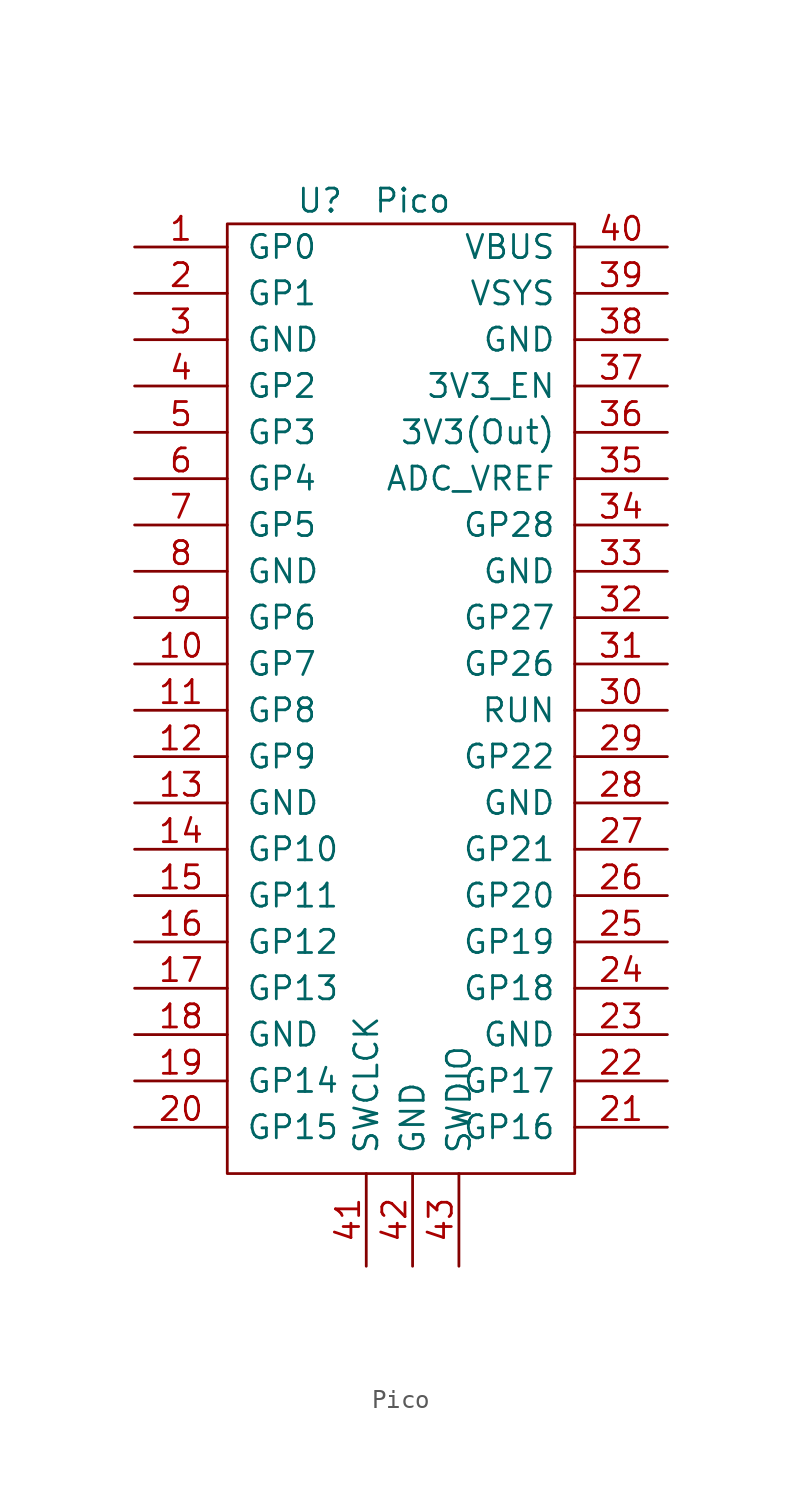
<source format=kicad_sym>
(kicad_symbol_lib
  (version 20231120)
  (generator "kicad_symbol_editor")
  (generator_version "8.0")
  (symbol "Pico"
    (pin_names
      (offset 1.016))
    (property "Reference" "U"
      (at -5.08 2.54 0)
      (effects (font (size 1.27 1.27))))
    (property "Value" "Pico"
      (at 0 2.54 0)
      (effects (font (size 1.27 1.27))))
    (symbol "Pico_0_1"
      (rectangle (start -10.16 1.27) (end 8.89 -50.8) (stroke (width 0) (type default)) (fill (type none))))
    (symbol "Pico_1_1"
      (pin bidirectional line (at -15.24 0 0) (length 5.08) (name "GP0" (effects (font (size 1.27 1.27)))) (number "1" (effects (font (size 1.27 1.27)))))
      (pin bidirectional line (at -15.24 -22.86 0) (length 5.08) (name "GP7" (effects (font (size 1.27 1.27)))) (number "10" (effects (font (size 1.27 1.27)))))
      (pin bidirectional line (at -15.24 -25.4 0) (length 5.08) (name "GP8" (effects (font (size 1.27 1.27)))) (number "11" (effects (font (size 1.27 1.27)))))
      (pin bidirectional line (at -15.24 -27.94 0) (length 5.08) (name "GP9" (effects (font (size 1.27 1.27)))) (number "12" (effects (font (size 1.27 1.27)))))
      (pin power_in line (at -15.24 -30.48 0) (length 5.08) (name "GND" (effects (font (size 1.27 1.27)))) (number "13" (effects (font (size 1.27 1.27)))))
      (pin bidirectional line (at -15.24 -33.02 0) (length 5.08) (name "GP10" (effects (font (size 1.27 1.27)))) (number "14" (effects (font (size 1.27 1.27)))))
      (pin bidirectional line (at -15.24 -35.56 0) (length 5.08) (name "GP11" (effects (font (size 1.27 1.27)))) (number "15" (effects (font (size 1.27 1.27)))))
      (pin bidirectional line (at -15.24 -38.1 0) (length 5.08) (name "GP12" (effects (font (size 1.27 1.27)))) (number "16" (effects (font (size 1.27 1.27)))))
      (pin bidirectional line (at -15.24 -40.64 0) (length 5.08) (name "GP13" (effects (font (size 1.27 1.27)))) (number "17" (effects (font (size 1.27 1.27)))))
      (pin power_in line (at -15.24 -43.18 0) (length 5.08) (name "GND" (effects (font (size 1.27 1.27)))) (number "18" (effects (font (size 1.27 1.27)))))
      (pin bidirectional line (at -15.24 -45.72 0) (length 5.08) (name "GP14" (effects (font (size 1.27 1.27)))) (number "19" (effects (font (size 1.27 1.27)))))
      (pin bidirectional line (at -15.24 -2.54 0) (length 5.08) (name "GP1" (effects (font (size 1.27 1.27)))) (number "2" (effects (font (size 1.27 1.27)))))
      (pin bidirectional line (at -15.24 -48.26 0) (length 5.08) (name "GP15" (effects (font (size 1.27 1.27)))) (number "20" (effects (font (size 1.27 1.27)))))
      (pin bidirectional line (at 13.97 -48.26 180) (length 5.08) (name "GP16" (effects (font (size 1.27 1.27)))) (number "21" (effects (font (size 1.27 1.27)))))
      (pin bidirectional line (at 13.97 -45.72 180) (length 5.08) (name "GP17" (effects (font (size 1.27 1.27)))) (number "22" (effects (font (size 1.27 1.27)))))
      (pin power_in line (at 13.97 -43.18 180) (length 5.08) (name "GND" (effects (font (size 1.27 1.27)))) (number "23" (effects (font (size 1.27 1.27)))))
      (pin bidirectional line (at 13.97 -40.64 180) (length 5.08) (name "GP18" (effects (font (size 1.27 1.27)))) (number "24" (effects (font (size 1.27 1.27)))))
      (pin bidirectional line (at 13.97 -38.1 180) (length 5.08) (name "GP19" (effects (font (size 1.27 1.27)))) (number "25" (effects (font (size 1.27 1.27)))))
      (pin bidirectional line (at 13.97 -35.56 180) (length 5.08) (name "GP20" (effects (font (size 1.27 1.27)))) (number "26" (effects (font (size 1.27 1.27)))))
      (pin bidirectional line (at 13.97 -33.02 180) (length 5.08) (name "GP21" (effects (font (size 1.27 1.27)))) (number "27" (effects (font (size 1.27 1.27)))))
      (pin power_in line (at 13.97 -30.48 180) (length 5.08) (name "GND" (effects (font (size 1.27 1.27)))) (number "28" (effects (font (size 1.27 1.27)))))
      (pin bidirectional line (at 13.97 -27.94 180) (length 5.08) (name "GP22" (effects (font (size 1.27 1.27)))) (number "29" (effects (font (size 1.27 1.27)))))
      (pin power_in line (at -15.24 -5.08 0) (length 5.08) (name "GND" (effects (font (size 1.27 1.27)))) (number "3" (effects (font (size 1.27 1.27)))))
      (pin bidirectional line (at 13.97 -25.4 180) (length 5.08) (name "RUN" (effects (font (size 1.27 1.27)))) (number "30" (effects (font (size 1.27 1.27)))))
      (pin bidirectional line (at 13.97 -22.86 180) (length 5.08) (name "GP26" (effects (font (size 1.27 1.27)))) (number "31" (effects (font (size 1.27 1.27)))))
      (pin bidirectional line (at 13.97 -20.32 180) (length 5.08) (name "GP27" (effects (font (size 1.27 1.27)))) (number "32" (effects (font (size 1.27 1.27)))))
      (pin bidirectional line (at 13.97 -17.78 180) (length 5.08) (name "GND" (effects (font (size 1.27 1.27)))) (number "33" (effects (font (size 1.27 1.27)))))
      (pin bidirectional line (at 13.97 -15.24 180) (length 5.08) (name "GP28" (effects (font (size 1.27 1.27)))) (number "34" (effects (font (size 1.27 1.27)))))
      (pin bidirectional line (at 13.97 -12.7 180) (length 5.08) (name "ADC_VREF" (effects (font (size 1.27 1.27)))) (number "35" (effects (font (size 1.27 1.27)))))
      (pin power_out line (at 13.97 -10.16 180) (length 5.08) (name "3V3(Out)" (effects (font (size 1.27 1.27)))) (number "36" (effects (font (size 1.27 1.27)))))
      (pin bidirectional line (at 13.97 -7.62 180) (length 5.08) (name "3V3_EN" (effects (font (size 1.27 1.27)))) (number "37" (effects (font (size 1.27 1.27)))))
      (pin bidirectional line (at 13.97 -5.08 180) (length 5.08) (name "GND" (effects (font (size 1.27 1.27)))) (number "38" (effects (font (size 1.27 1.27)))))
      (pin bidirectional line (at 13.97 -2.54 180) (length 5.08) (name "VSYS" (effects (font (size 1.27 1.27)))) (number "39" (effects (font (size 1.27 1.27)))))
      (pin bidirectional line (at -15.24 -7.62 0) (length 5.08) (name "GP2" (effects (font (size 1.27 1.27)))) (number "4" (effects (font (size 1.27 1.27)))))
      (pin bidirectional line (at 13.97 0 180) (length 5.08) (name "VBUS" (effects (font (size 1.27 1.27)))) (number "40" (effects (font (size 1.27 1.27)))))
      (pin output line (at -2.54 -55.88 90) (length 5.08) (name "SWCLCK" (effects (font (size 1.27 1.27)))) (number "41" (effects (font (size 1.27 1.27)))))
      (pin output line (at 0 -55.88 90) (length 5.08) (name "GND" (effects (font (size 1.27 1.27)))) (number "42" (effects (font (size 1.27 1.27)))))
      (pin output line (at 2.54 -55.88 90) (length 5.08) (name "SWDIO" (effects (font (size 1.27 1.27)))) (number "43" (effects (font (size 1.27 1.27)))))
      (pin bidirectional line (at -15.24 -10.16 0) (length 5.08) (name "GP3" (effects (font (size 1.27 1.27)))) (number "5" (effects (font (size 1.27 1.27)))))
      (pin bidirectional line (at -15.24 -12.7 0) (length 5.08) (name "GP4" (effects (font (size 1.27 1.27)))) (number "6" (effects (font (size 1.27 1.27)))))
      (pin bidirectional line (at -15.24 -15.24 0) (length 5.08) (name "GP5" (effects (font (size 1.27 1.27)))) (number "7" (effects (font (size 1.27 1.27)))))
      (pin power_in line (at -15.24 -17.78 0) (length 5.08) (name "GND" (effects (font (size 1.27 1.27)))) (number "8" (effects (font (size 1.27 1.27)))))
      (pin bidirectional line (at -15.24 -20.32 0) (length 5.08) (name "GP6" (effects (font (size 1.27 1.27)))) (number "9" (effects (font (size 1.27 1.27))))))))
</source>
